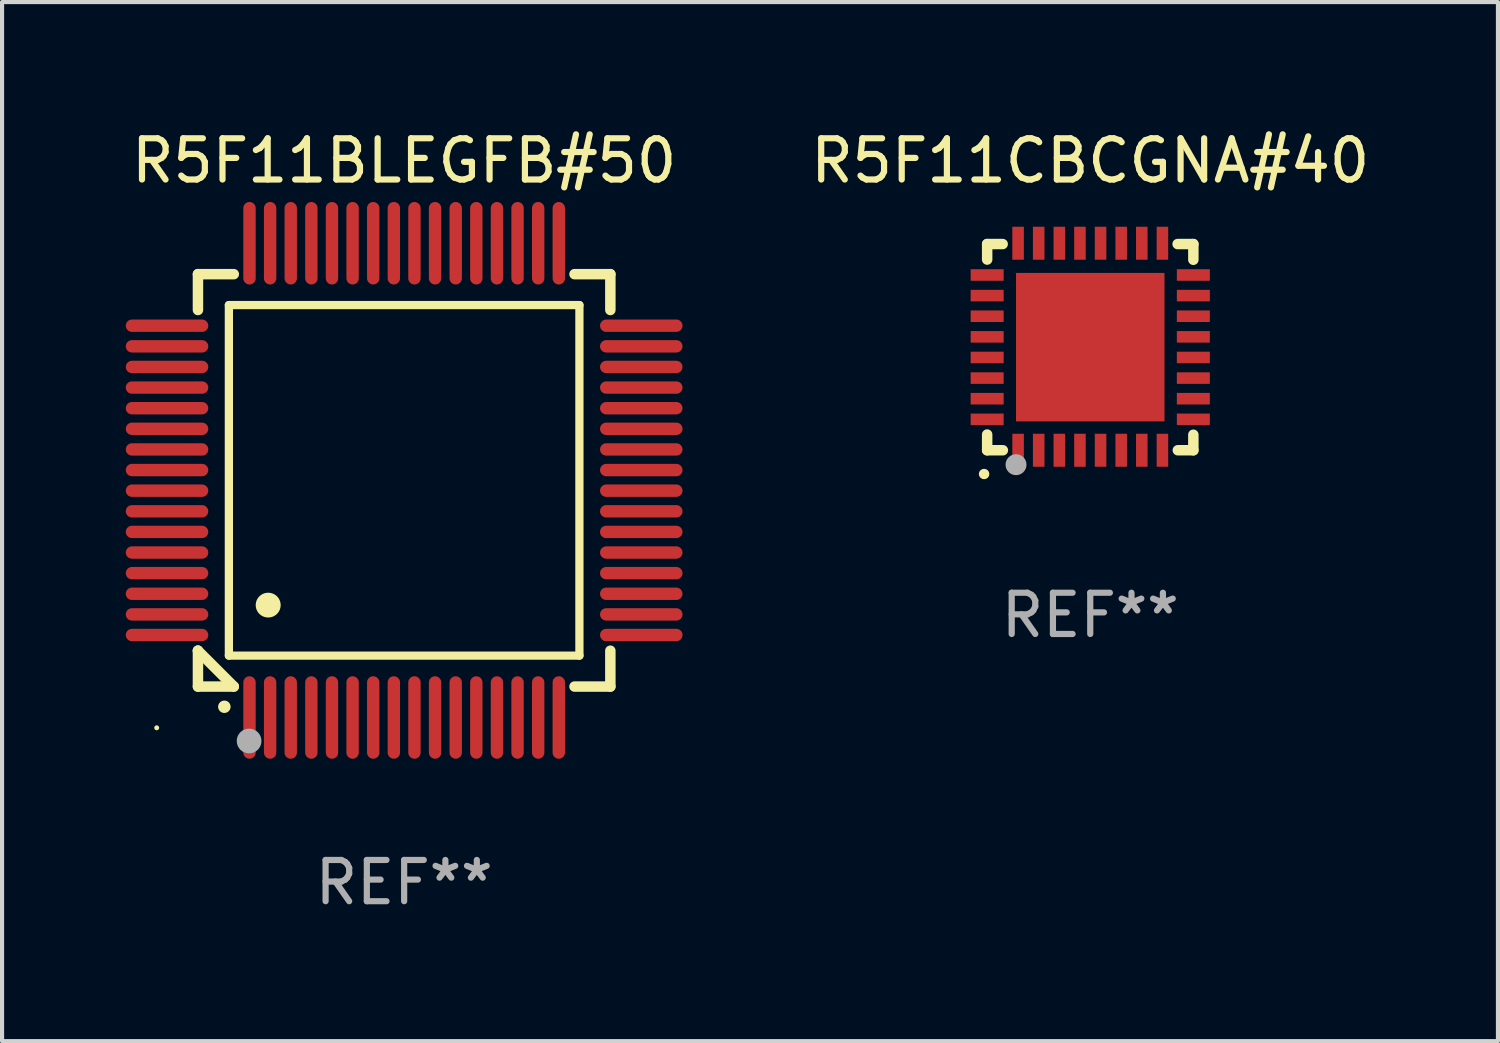
<source format=kicad_pcb>
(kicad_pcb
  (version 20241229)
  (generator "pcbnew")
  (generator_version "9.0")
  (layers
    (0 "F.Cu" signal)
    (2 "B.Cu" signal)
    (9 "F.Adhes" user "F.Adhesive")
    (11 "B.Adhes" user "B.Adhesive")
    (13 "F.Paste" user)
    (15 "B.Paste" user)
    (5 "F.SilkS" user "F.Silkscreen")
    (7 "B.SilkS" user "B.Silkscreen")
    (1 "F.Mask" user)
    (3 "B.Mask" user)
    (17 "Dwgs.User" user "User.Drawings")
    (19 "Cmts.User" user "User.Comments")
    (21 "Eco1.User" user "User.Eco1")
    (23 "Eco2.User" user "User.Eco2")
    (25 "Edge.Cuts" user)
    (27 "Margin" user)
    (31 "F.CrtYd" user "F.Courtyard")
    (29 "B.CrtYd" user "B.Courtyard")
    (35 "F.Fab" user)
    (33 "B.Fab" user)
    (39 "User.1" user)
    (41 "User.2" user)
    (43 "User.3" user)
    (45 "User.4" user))
  (footprint "R5F11BLEGFB#50"
    (layer "F.Cu")
    (at 6.75 8.598)
    (property "Reference" "R5F11BLEGFB#50" (at 0 -7.75 0) (layer "F.SilkS") (effects (font (size 1 1) (thickness 0.15))))
    (attr through_hole)
    (fp_line (start -5 -5) (end -4.131 -5) (stroke (width 0.254) (type solid)) (layer "F.SilkS"))
    (fp_line (start -5 -4.131) (end -5 -5) (stroke (width 0.254) (type solid)) (layer "F.SilkS"))
    (fp_line (start -5 4.131) (end -5 4.131) (stroke (width 0.254) (type solid)) (layer "F.SilkS"))
    (fp_line (start -5 5) (end -5 4.131) (stroke (width 0.254) (type solid)) (layer "F.SilkS"))
    (fp_line (start -5 4.131) (end -4.131 5) (stroke (width 0.254) (type solid)) (layer "F.SilkS"))
    (fp_line (start -4.25 -4.25) (end -4.25 4.25) (stroke (width 0.2) (type solid)) (layer "F.SilkS"))
    (fp_line (start -4.25 4.25) (end 4.25 4.25) (stroke (width 0.2) (type solid)) (layer "F.SilkS"))
    (fp_line (start -4.131 5) (end -5 5) (stroke (width 0.254) (type solid)) (layer "F.SilkS"))
    (fp_line (start 4.25 -4.25) (end -4.25 -4.25) (stroke (width 0.2) (type solid)) (layer "F.SilkS"))
    (fp_line (start 4.25 4.25) (end 4.25 -4.25) (stroke (width 0.2) (type solid)) (layer "F.SilkS"))
    (fp_line (start 5 -5) (end 4.131 -5) (stroke (width 0.254) (type solid)) (layer "F.SilkS"))
    (fp_line (start 5 -5) (end 5 -4.131) (stroke (width 0.254) (type solid)) (layer "F.SilkS"))
    (fp_line (start 5 4.131) (end 5 5) (stroke (width 0.254) (type solid)) (layer "F.SilkS"))
    (fp_line (start 5 5) (end 4.131 5) (stroke (width 0.254) (type solid)) (layer "F.SilkS"))
    (fp_arc (start -4.361265 5.489992) (mid -4.359995 5.489987) (end -4.358725 5.489992) (stroke (width 0.3) (type solid)) (layer "F.SilkS"))
    (fp_arc (start -3.299467 3.025146) (mid -3.296927 3.025135) (end -3.294387 3.025146) (stroke (width 0.6) (type solid)) (layer "F.SilkS"))
    (fp_circle (center -6 6) (end -5.97 6) (stroke (width 0.06) (type solid)) (fill no) (layer "F.SilkS"))
    (fp_circle (center -3.76 6.32) (end -3.61 6.32) (stroke (width 0.3) (type solid)) (fill no) (layer "F.Fab"))
    (fp_text user "REF**" (at 0 9.75 0) (layer "F.Fab") (effects (font (size 1 1) (thickness 0.15))))
    (pad "1" smd oval (at -3.75 5.75) (size 0.3 2) (layers "F.Cu" "F.Mask" "F.Paste"))
    (pad "2" smd oval (at -3.25 5.75) (size 0.3 2) (layers "F.Cu" "F.Mask" "F.Paste"))
    (pad "3" smd oval (at -2.75 5.75) (size 0.3 2) (layers "F.Cu" "F.Mask" "F.Paste"))
    (pad "4" smd oval (at -2.25 5.75) (size 0.3 2) (layers "F.Cu" "F.Mask" "F.Paste"))
    (pad "5" smd oval (at -1.75 5.75) (size 0.3 2) (layers "F.Cu" "F.Mask" "F.Paste"))
    (pad "6" smd oval (at -1.25 5.75) (size 0.3 2) (layers "F.Cu" "F.Mask" "F.Paste"))
    (pad "7" smd oval (at -0.75 5.75) (size 0.3 2) (layers "F.Cu" "F.Mask" "F.Paste"))
    (pad "8" smd oval (at -0.25 5.75) (size 0.3 2) (layers "F.Cu" "F.Mask" "F.Paste"))
    (pad "9" smd oval (at 0.25 5.75) (size 0.3 2) (layers "F.Cu" "F.Mask" "F.Paste"))
    (pad "10" smd oval (at 0.75 5.75) (size 0.3 2) (layers "F.Cu" "F.Mask" "F.Paste"))
    (pad "11" smd oval (at 1.25 5.75) (size 0.3 2) (layers "F.Cu" "F.Mask" "F.Paste"))
    (pad "12" smd oval (at 1.75 5.75) (size 0.3 2) (layers "F.Cu" "F.Mask" "F.Paste"))
    (pad "13" smd oval (at 2.25 5.75) (size 0.3 2) (layers "F.Cu" "F.Mask" "F.Paste"))
    (pad "14" smd oval (at 2.75 5.75) (size 0.3 2) (layers "F.Cu" "F.Mask" "F.Paste"))
    (pad "15" smd oval (at 3.25 5.75) (size 0.3 2) (layers "F.Cu" "F.Mask" "F.Paste"))
    (pad "16" smd oval (at 3.75 5.75) (size 0.3 2) (layers "F.Cu" "F.Mask" "F.Paste"))
    (pad "17" smd oval (at 5.75 3.75) (size 2 0.3) (layers "F.Cu" "F.Mask" "F.Paste"))
    (pad "18" smd oval (at 5.75 3.25) (size 2 0.3) (layers "F.Cu" "F.Mask" "F.Paste"))
    (pad "19" smd oval (at 5.75 2.75) (size 2 0.3) (layers "F.Cu" "F.Mask" "F.Paste"))
    (pad "20" smd oval (at 5.75 2.25) (size 2 0.3) (layers "F.Cu" "F.Mask" "F.Paste"))
    (pad "21" smd oval (at 5.75 1.75) (size 2 0.3) (layers "F.Cu" "F.Mask" "F.Paste"))
    (pad "22" smd oval (at 5.75 1.25) (size 2 0.3) (layers "F.Cu" "F.Mask" "F.Paste"))
    (pad "23" smd oval (at 5.75 0.75) (size 2 0.3) (layers "F.Cu" "F.Mask" "F.Paste"))
    (pad "24" smd oval (at 5.75 0.25) (size 2 0.3) (layers "F.Cu" "F.Mask" "F.Paste"))
    (pad "25" smd oval (at 5.75 -0.25) (size 2 0.3) (layers "F.Cu" "F.Mask" "F.Paste"))
    (pad "26" smd oval (at 5.75 -0.75) (size 2 0.3) (layers "F.Cu" "F.Mask" "F.Paste"))
    (pad "27" smd oval (at 5.75 -1.25) (size 2 0.3) (layers "F.Cu" "F.Mask" "F.Paste"))
    (pad "28" smd oval (at 5.75 -1.75) (size 2 0.3) (layers "F.Cu" "F.Mask" "F.Paste"))
    (pad "29" smd oval (at 5.75 -2.25) (size 2 0.3) (layers "F.Cu" "F.Mask" "F.Paste"))
    (pad "30" smd oval (at 5.75 -2.75) (size 2 0.3) (layers "F.Cu" "F.Mask" "F.Paste"))
    (pad "31" smd oval (at 5.75 -3.25) (size 2 0.3) (layers "F.Cu" "F.Mask" "F.Paste"))
    (pad "32" smd oval (at 5.75 -3.75) (size 2 0.3) (layers "F.Cu" "F.Mask" "F.Paste"))
    (pad "33" smd oval (at 3.75 -5.75) (size 0.3 2) (layers "F.Cu" "F.Mask" "F.Paste"))
    (pad "34" smd oval (at 3.25 -5.75) (size 0.3 2) (layers "F.Cu" "F.Mask" "F.Paste"))
    (pad "35" smd oval (at 2.75 -5.75) (size 0.3 2) (layers "F.Cu" "F.Mask" "F.Paste"))
    (pad "36" smd oval (at 2.25 -5.75) (size 0.3 2) (layers "F.Cu" "F.Mask" "F.Paste"))
    (pad "37" smd oval (at 1.75 -5.75) (size 0.3 2) (layers "F.Cu" "F.Mask" "F.Paste"))
    (pad "38" smd oval (at 1.25 -5.75) (size 0.3 2) (layers "F.Cu" "F.Mask" "F.Paste"))
    (pad "39" smd oval (at 0.75 -5.75) (size 0.3 2) (layers "F.Cu" "F.Mask" "F.Paste"))
    (pad "40" smd oval (at 0.25 -5.75) (size 0.3 2) (layers "F.Cu" "F.Mask" "F.Paste"))
    (pad "41" smd oval (at -0.25 -5.75) (size 0.3 2) (layers "F.Cu" "F.Mask" "F.Paste"))
    (pad "42" smd oval (at -0.75 -5.75) (size 0.3 2) (layers "F.Cu" "F.Mask" "F.Paste"))
    (pad "43" smd oval (at -1.25 -5.75) (size 0.3 2) (layers "F.Cu" "F.Mask" "F.Paste"))
    (pad "44" smd oval (at -1.75 -5.75) (size 0.3 2) (layers "F.Cu" "F.Mask" "F.Paste"))
    (pad "45" smd oval (at -2.25 -5.75) (size 0.3 2) (layers "F.Cu" "F.Mask" "F.Paste"))
    (pad "46" smd oval (at -2.75 -5.75) (size 0.3 2) (layers "F.Cu" "F.Mask" "F.Paste"))
    (pad "47" smd oval (at -3.25 -5.75) (size 0.3 2) (layers "F.Cu" "F.Mask" "F.Paste"))
    (pad "48" smd oval (at -3.75 -5.75) (size 0.3 2) (layers "F.Cu" "F.Mask" "F.Paste"))
    (pad "49" smd oval (at -5.75 -3.75) (size 2 0.3) (layers "F.Cu" "F.Mask" "F.Paste"))
    (pad "50" smd oval (at -5.75 -3.25) (size 2 0.3) (layers "F.Cu" "F.Mask" "F.Paste"))
    (pad "51" smd oval (at -5.75 -2.75) (size 2 0.3) (layers "F.Cu" "F.Mask" "F.Paste"))
    (pad "52" smd oval (at -5.75 -2.25) (size 2 0.3) (layers "F.Cu" "F.Mask" "F.Paste"))
    (pad "53" smd oval (at -5.75 -1.75) (size 2 0.3) (layers "F.Cu" "F.Mask" "F.Paste"))
    (pad "54" smd oval (at -5.75 -1.25) (size 2 0.3) (layers "F.Cu" "F.Mask" "F.Paste"))
    (pad "55" smd oval (at -5.75 -0.75) (size 2 0.3) (layers "F.Cu" "F.Mask" "F.Paste"))
    (pad "56" smd oval (at -5.75 -0.25) (size 2 0.3) (layers "F.Cu" "F.Mask" "F.Paste"))
    (pad "57" smd oval (at -5.75 0.25) (size 2 0.3) (layers "F.Cu" "F.Mask" "F.Paste"))
    (pad "58" smd oval (at -5.75 0.75) (size 2 0.3) (layers "F.Cu" "F.Mask" "F.Paste"))
    (pad "59" smd oval (at -5.75 1.25) (size 2 0.3) (layers "F.Cu" "F.Mask" "F.Paste"))
    (pad "60" smd oval (at -5.75 1.75) (size 2 0.3) (layers "F.Cu" "F.Mask" "F.Paste"))
    (pad "61" smd oval (at -5.75 2.25) (size 2 0.3) (layers "F.Cu" "F.Mask" "F.Paste"))
    (pad "62" smd oval (at -5.75 2.75) (size 2 0.3) (layers "F.Cu" "F.Mask" "F.Paste"))
    (pad "63" smd oval (at -5.75 3.25) (size 2 0.3) (layers "F.Cu" "F.Mask" "F.Paste"))
    (pad "64" smd oval (at -5.75 3.75) (size 2 0.3) (layers "F.Cu" "F.Mask" "F.Paste")))
  (footprint "R5F11CBCGNA#40"
    (layer "F.Cu")
    (at 23.387 5.358)
    (property "Reference" "R5F11CBCGNA#40" (at 0 -4.51 0) (layer "F.SilkS") (effects (font (size 1 1) (thickness 0.15))))
    (attr through_hole)
    (fp_line (start -2.5 -2.49) (end -2.124 -2.49) (stroke (width 0.254) (type solid)) (layer "F.SilkS"))
    (fp_line (start -2.5 -2.114) (end -2.5 -2.49) (stroke (width 0.254) (type solid)) (layer "F.SilkS"))
    (fp_line (start -2.5 2.51) (end -2.5 2.129) (stroke (width 0.254) (type solid)) (layer "F.SilkS"))
    (fp_line (start -2.5 2.51) (end -2.119 2.51) (stroke (width 0.254) (type solid)) (layer "F.SilkS"))
    (fp_line (start 2.119 -2.49) (end 2.5 -2.49) (stroke (width 0.254) (type solid)) (layer "F.SilkS"))
    (fp_line (start 2.124 2.51) (end 2.5 2.51) (stroke (width 0.254) (type solid)) (layer "F.SilkS"))
    (fp_line (start 2.5 -2.49) (end 2.5 -2.109) (stroke (width 0.254) (type solid)) (layer "F.SilkS"))
    (fp_line (start 2.5 2.134) (end 2.5 2.51) (stroke (width 0.254) (type solid)) (layer "F.SilkS"))
    (fp_arc (start -2.57554 3.086005) (mid -2.57427 3.085999) (end -2.573 3.086005) (stroke (width 0.25) (type solid)) (layer "F.SilkS"))
    (fp_circle (center -2.5 2.5) (end -2.45 2.5) (stroke (width 0.1) (type solid)) (fill no) (layer "F.SilkS"))
    (fp_circle (center -1.8 2.86) (end -1.673 2.86) (stroke (width 0.254) (type solid)) (fill no) (layer "F.Fab"))
    (fp_text user "REF**" (at 0 6.51 0) (layer "F.Fab") (effects (font (size 1 1) (thickness 0.15))))
    (pad "1" smd rect (at -1.75 2.51) (size 0.28 0.8) (layers "F.Cu" "F.Mask" "F.Paste"))
    (pad "2" smd rect (at -1.25 2.51) (size 0.28 0.8) (layers "F.Cu" "F.Mask" "F.Paste"))
    (pad "3" smd rect (at -0.75 2.51) (size 0.28 0.8) (layers "F.Cu" "F.Mask" "F.Paste"))
    (pad "4" smd rect (at -0.25 2.51) (size 0.28 0.8) (layers "F.Cu" "F.Mask" "F.Paste"))
    (pad "5" smd rect (at 0.25 2.51) (size 0.28 0.8) (layers "F.Cu" "F.Mask" "F.Paste"))
    (pad "6" smd rect (at 0.75 2.51) (size 0.28 0.8) (layers "F.Cu" "F.Mask" "F.Paste"))
    (pad "7" smd rect (at 1.25 2.51) (size 0.28 0.8) (layers "F.Cu" "F.Mask" "F.Paste"))
    (pad "8" smd rect (at 1.75 2.51) (size 0.28 0.8) (layers "F.Cu" "F.Mask" "F.Paste"))
    (pad "9" smd rect (at 2.5 1.76) (size 0.8 0.28) (layers "F.Cu" "F.Mask" "F.Paste"))
    (pad "10" smd rect (at 2.5 1.26) (size 0.8 0.28) (layers "F.Cu" "F.Mask" "F.Paste"))
    (pad "11" smd rect (at 2.5 0.76) (size 0.8 0.28) (layers "F.Cu" "F.Mask" "F.Paste"))
    (pad "12" smd rect (at 2.5 0.26) (size 0.8 0.28) (layers "F.Cu" "F.Mask" "F.Paste"))
    (pad "13" smd rect (at 2.5 -0.24) (size 0.8 0.28) (layers "F.Cu" "F.Mask" "F.Paste"))
    (pad "14" smd rect (at 2.5 -0.74) (size 0.8 0.28) (layers "F.Cu" "F.Mask" "F.Paste"))
    (pad "15" smd rect (at 2.5 -1.24) (size 0.8 0.28) (layers "F.Cu" "F.Mask" "F.Paste"))
    (pad "16" smd rect (at 2.5 -1.74) (size 0.8 0.28) (layers "F.Cu" "F.Mask" "F.Paste"))
    (pad "17" smd rect (at 1.75 -2.51) (size 0.28 0.8) (layers "F.Cu" "F.Mask" "F.Paste"))
    (pad "18" smd rect (at 1.25 -2.51) (size 0.28 0.8) (layers "F.Cu" "F.Mask" "F.Paste"))
    (pad "19" smd rect (at 0.75 -2.51) (size 0.28 0.8) (layers "F.Cu" "F.Mask" "F.Paste"))
    (pad "20" smd rect (at 0.25 -2.51) (size 0.28 0.8) (layers "F.Cu" "F.Mask" "F.Paste"))
    (pad "21" smd rect (at -0.25 -2.51) (size 0.28 0.8) (layers "F.Cu" "F.Mask" "F.Paste"))
    (pad "22" smd rect (at -0.75 -2.51) (size 0.28 0.8) (layers "F.Cu" "F.Mask" "F.Paste"))
    (pad "23" smd rect (at -1.25 -2.51) (size 0.28 0.8) (layers "F.Cu" "F.Mask" "F.Paste"))
    (pad "24" smd rect (at -1.75 -2.51) (size 0.28 0.8) (layers "F.Cu" "F.Mask" "F.Paste"))
    (pad "25" smd rect (at -2.5 -1.74) (size 0.8 0.28) (layers "F.Cu" "F.Mask" "F.Paste"))
    (pad "26" smd rect (at -2.5 -1.24) (size 0.8 0.28) (layers "F.Cu" "F.Mask" "F.Paste"))
    (pad "27" smd rect (at -2.5 -0.74) (size 0.8 0.28) (layers "F.Cu" "F.Mask" "F.Paste"))
    (pad "28" smd rect (at -2.5 -0.24) (size 0.8 0.28) (layers "F.Cu" "F.Mask" "F.Paste"))
    (pad "29" smd rect (at -2.5 0.26) (size 0.8 0.28) (layers "F.Cu" "F.Mask" "F.Paste"))
    (pad "30" smd rect (at -2.5 0.76) (size 0.8 0.28) (layers "F.Cu" "F.Mask" "F.Paste"))
    (pad "31" smd rect (at -2.5 1.26) (size 0.8 0.28) (layers "F.Cu" "F.Mask" "F.Paste"))
    (pad "32" smd rect (at -2.5 1.76) (size 0.8 0.28) (layers "F.Cu" "F.Mask" "F.Paste"))
    (pad "33" smd rect (at 0.000102 0.01) (size 3.6 3.6) (layers "F.Cu" "F.Mask" "F.Paste")))
  (gr_rect
    (start -3 -3)
    (end 33.273 22.196)
    (stroke (width 0.1) (type default))
    (fill no)
    (layer "Edge.Cuts")))
</source>
